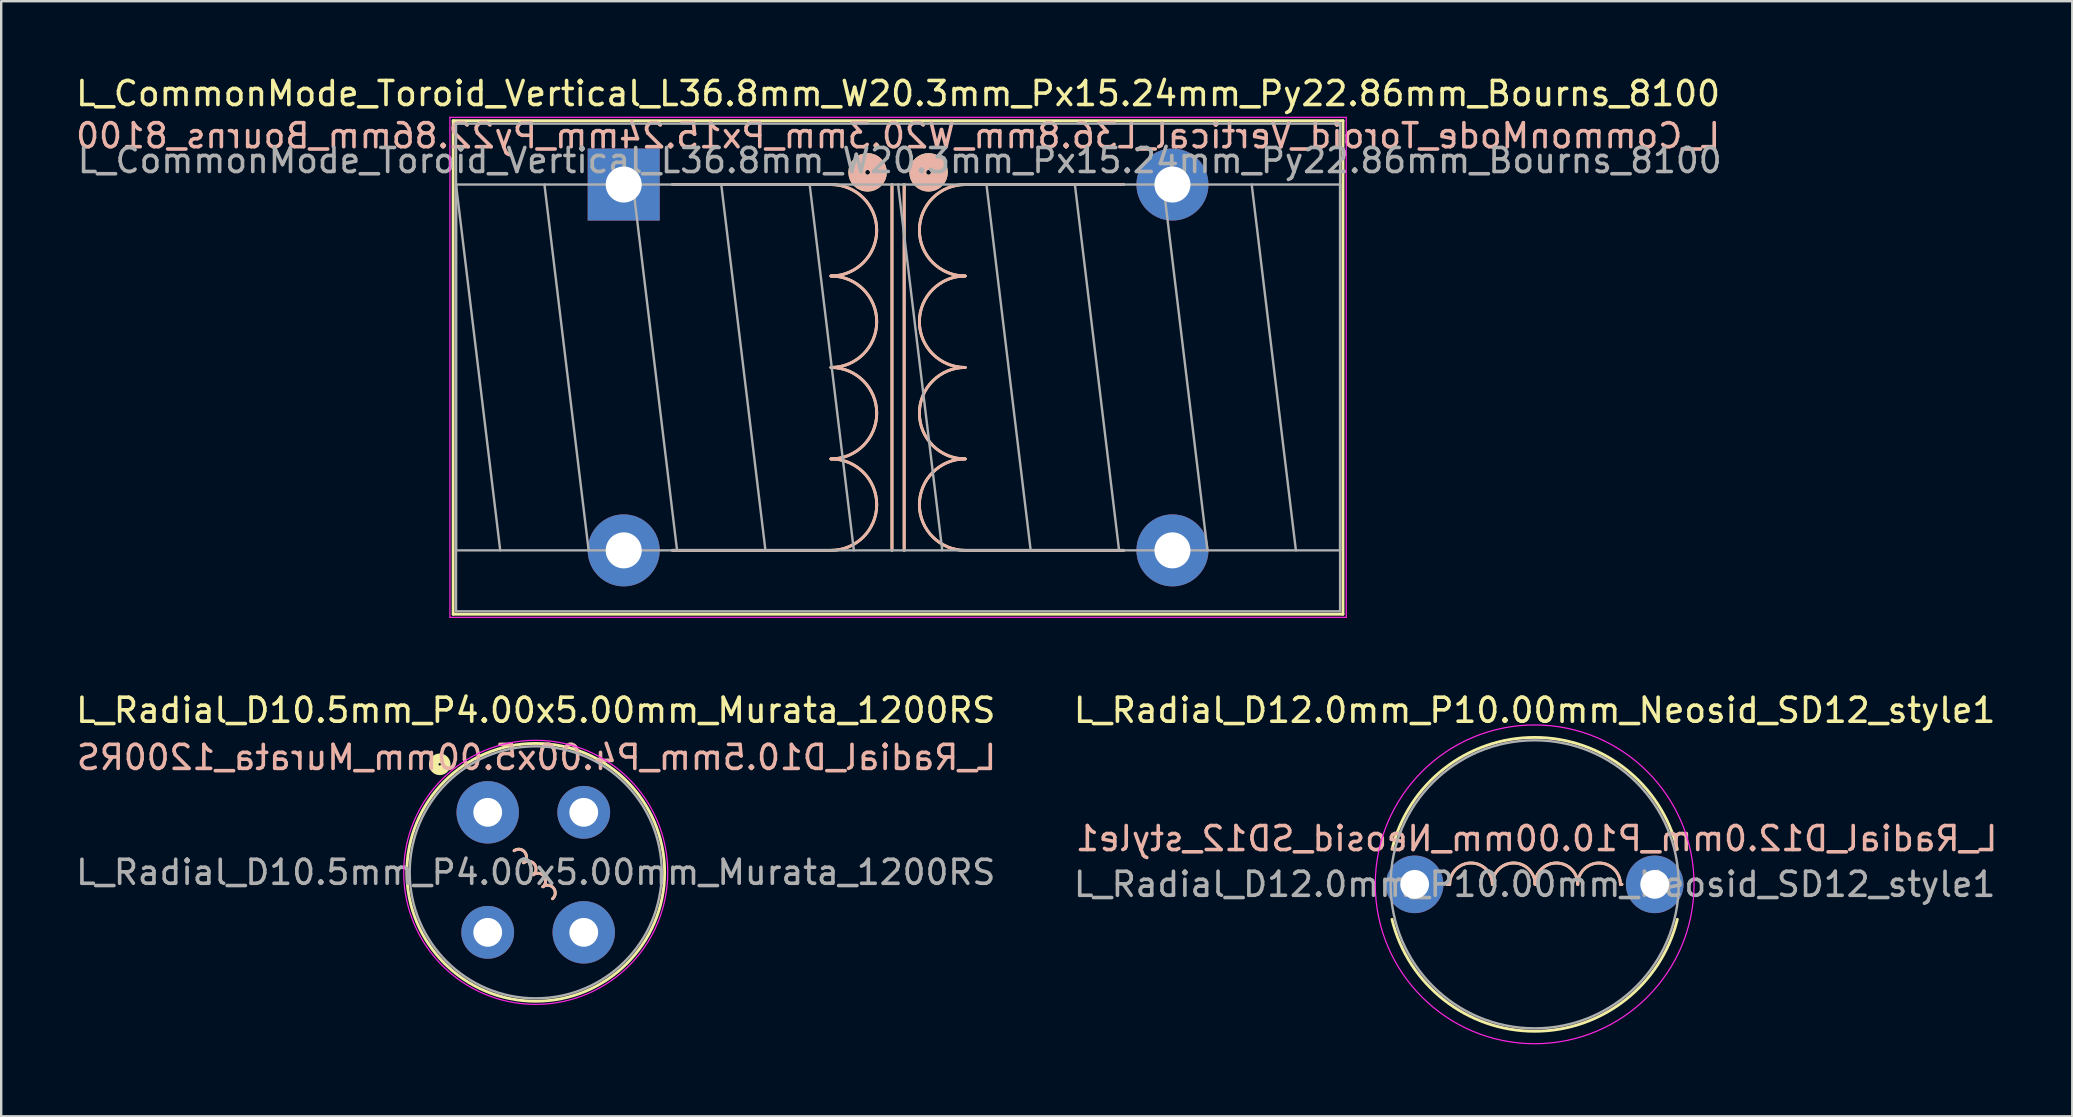
<source format=kicad_pcb>
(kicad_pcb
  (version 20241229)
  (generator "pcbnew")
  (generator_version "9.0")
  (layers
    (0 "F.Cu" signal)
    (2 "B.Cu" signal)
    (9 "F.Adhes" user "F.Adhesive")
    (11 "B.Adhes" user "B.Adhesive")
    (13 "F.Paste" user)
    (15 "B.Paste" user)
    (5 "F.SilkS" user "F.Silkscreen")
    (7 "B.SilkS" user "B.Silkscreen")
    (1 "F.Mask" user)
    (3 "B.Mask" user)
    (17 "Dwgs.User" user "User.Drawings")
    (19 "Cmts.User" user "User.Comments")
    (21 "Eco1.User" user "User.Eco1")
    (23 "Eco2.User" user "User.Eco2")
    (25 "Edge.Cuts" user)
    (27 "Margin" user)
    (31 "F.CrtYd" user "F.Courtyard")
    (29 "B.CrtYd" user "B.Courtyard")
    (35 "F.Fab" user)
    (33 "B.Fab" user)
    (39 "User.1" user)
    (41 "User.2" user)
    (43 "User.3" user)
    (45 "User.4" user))
  (footprint "L_Radial_D10.5mm_P4.00x5.00mm_Murata_1200RS"
    (layer "F.Cu")
    (at 17.268 30.791)
    (property "Reference" "L_Radial_D10.5mm_P4.00x5.00mm_Murata_1200RS" (at 2 -4.25 0) (layer "F.SilkS") (effects (font (size 1 1) (thickness 0.15))))
    (fp_arc (start 1.100001 1.600001) (mid 1.542308 1.656155) (end 1.5 2.1) (stroke (width 0.12) (type solid)) (layer "F.SilkS"))
    (fp_arc (start 1.500001 2.100001) (mid 1.942308 2.156155) (end 1.9 2.6) (stroke (width 0.12) (type solid)) (layer "F.SilkS"))
    (fp_arc (start 1.9 2.6) (mid 2.342307 2.656154) (end 2.299999 3.099999) (stroke (width 0.12) (type solid)) (layer "F.SilkS"))
    (fp_arc (start 2.299999 3.099999) (mid 2.742306 3.156153) (end 2.699998 3.599998) (stroke (width 0.12) (type solid)) (layer "F.SilkS"))
    (fp_circle (center -2 -2) (end -1.95 -2) (stroke (width 0.4) (type solid)) (fill no) (layer "F.SilkS"))
    (fp_circle (center 2 2.5) (end 7.37 2.5) (stroke (width 0.12) (type solid)) (fill no) (layer "F.SilkS"))
    (fp_arc (start 1.100001 1.600001) (mid 1.542266 1.656187) (end 1.5 2.099999) (stroke (width 0.12) (type solid)) (layer "B.SilkS"))
    (fp_arc (start 1.500001 2.100001) (mid 1.942266 2.156187) (end 1.9 2.599999) (stroke (width 0.12) (type solid)) (layer "B.SilkS"))
    (fp_arc (start 1.9 2.6) (mid 2.342265 2.656186) (end 2.299999 3.099998) (stroke (width 0.12) (type solid)) (layer "B.SilkS"))
    (fp_arc (start 2.299999 3.099999) (mid 2.742264 3.156185) (end 2.699998 3.599997) (stroke (width 0.12) (type solid)) (layer "B.SilkS"))
    (fp_circle (center 2 2.5) (end 7.5 2.5) (stroke (width 0.05) (type solid)) (fill no) (layer "F.CrtYd"))
    (fp_circle (center 2 2.5) (end 7.25 2.5) (stroke (width 0.1) (type solid)) (fill no) (layer "F.Fab"))
    (fp_text user "${REFERENCE}" (at 2.032 -2.286 0) (layer "B.SilkS") (effects (font (size 1 1) (thickness 0.15)) (justify mirror)))
    (fp_text user "${REFERENCE}" (at 2 2.5 0) (layer "F.Fab") (effects (font (size 1 1) (thickness 0.15))))
    (pad "" thru_hole circle (at 0 5) (size 2.2 2.2) (drill 1.2) (layers "*.Cu" "*.Mask"))
    (pad "" thru_hole circle (at 4 0) (size 2.2 2.2) (drill 1.2) (layers "*.Cu" "*.Mask"))
    (pad "1" thru_hole circle (at 0 0) (size 2.6 2.6) (drill 1.2) (layers "*.Cu" "*.Mask"))
    (pad "2" thru_hole circle (at 4 5) (size 2.6 2.6) (drill 1.2) (layers "*.Cu" "*.Mask")))
  (footprint "L_Radial_D12.0mm_P10.00mm_Neosid_SD12_style1"
    (layer "F.Cu")
    (at 55.883 33.791)
    (property "Reference" "L_Radial_D12.0mm_P10.00mm_Neosid_SD12_style1" (at 5 -7.25 0) (layer "F.SilkS") (effects (font (size 1 1) (thickness 0.15))))
    (fp_line (start 1.46 0) (end 1.333 0) (stroke (width 0.12) (type solid)) (layer "F.SilkS"))
    (fp_line (start 8.572 0) (end 8.636 0) (stroke (width 0.12) (type solid)) (layer "F.SilkS"))
    (fp_arc (start -0.943299 -1.46) (mid 5 -6.12) (end 10.943299 -1.46) (stroke (width 0.12) (type solid)) (layer "F.SilkS"))
    (fp_arc (start 1.4605 0) (mid 2.3495 -0.889) (end 3.2385 0) (stroke (width 0.12) (type solid)) (layer "F.SilkS"))
    (fp_arc (start 3.2385 0) (mid 4.1275 -0.889) (end 5.0165 0) (stroke (width 0.12) (type solid)) (layer "F.SilkS"))
    (fp_arc (start 5.0165 0) (mid 5.9055 -0.889) (end 6.7945 0) (stroke (width 0.12) (type solid)) (layer "F.SilkS"))
    (fp_arc (start 6.7945 0) (mid 7.6835 -0.889) (end 8.5725 0) (stroke (width 0.12) (type solid)) (layer "F.SilkS"))
    (fp_arc (start 10.943299 1.46) (mid 5 6.12) (end -0.943299 1.46) (stroke (width 0.12) (type solid)) (layer "F.SilkS"))
    (fp_line (start 1.46 0) (end 1.333 0) (stroke (width 0.12) (type solid)) (layer "B.SilkS"))
    (fp_line (start 8.572 0) (end 8.636 0) (stroke (width 0.12) (type solid)) (layer "B.SilkS"))
    (fp_arc (start 1.4605 0) (mid 2.3495 -0.889) (end 3.2385 0) (stroke (width 0.12) (type solid)) (layer "B.SilkS"))
    (fp_arc (start 3.2385 0) (mid 4.1275 -0.889) (end 5.0165 0) (stroke (width 0.12) (type solid)) (layer "B.SilkS"))
    (fp_arc (start 5.0165 0) (mid 5.9055 -0.889) (end 6.7945 0) (stroke (width 0.12) (type solid)) (layer "B.SilkS"))
    (fp_arc (start 6.7945 0) (mid 7.6835 -0.889) (end 8.5725 0) (stroke (width 0.12) (type solid)) (layer "B.SilkS"))
    (fp_circle (center 5 0) (end 11.64 0) (stroke (width 0.05) (type solid)) (fill no) (layer "F.CrtYd"))
    (fp_circle (center 5 0) (end 11 0) (stroke (width 0.1) (type solid)) (fill no) (layer "F.Fab"))
    (fp_text user "${REFERENCE}" (at 5.08 -1.905 0) (layer "B.SilkS") (effects (font (size 1 1) (thickness 0.15)) (justify mirror)))
    (fp_text user "${REFERENCE}" (at 5 0 0) (layer "F.Fab") (effects (font (size 1 1) (thickness 0.15))))
    (pad "1" thru_hole circle (at 0 0) (size 2.4 2.4) (drill 1.2) (layers "*.Cu" "*.Mask"))
    (pad "2" thru_hole circle (at 10 0) (size 2.4 2.4) (drill 1.2) (layers "*.Cu" "*.Mask")))
  (footprint "L_CommonMode_Toroid_Vertical_L36.8mm_W20.3mm_Px15.24mm_Py22.86mm_Bourns_8100"
    (layer "F.Cu")
    (at 22.933 4.638)
    (property "Reference" "L_CommonMode_Toroid_Vertical_L36.8mm_W20.3mm_Px15.24mm_Py22.86mm_Bourns_8100" (at 11.43 -3.79 0) (layer "F.SilkS") (effects (font (size 1 1) (thickness 0.15))))
    (fp_line (start -7.105 -2.66) (end -7.105 17.9) (stroke (width 0.12) (type solid)) (layer "F.SilkS"))
    (fp_line (start -7.105 -2.66) (end 29.965 -2.66) (stroke (width 0.12) (type solid)) (layer "F.SilkS"))
    (fp_line (start -7.105 17.9) (end 29.965 17.9) (stroke (width 0.12) (type solid)) (layer "F.SilkS"))
    (fp_line (start 2.032 0) (end 8.636 0) (stroke (width 0.12) (type solid)) (layer "F.SilkS"))
    (fp_line (start 2.032 15.24) (end 8.636 15.24) (stroke (width 0.12) (type solid)) (layer "F.SilkS"))
    (fp_line (start 11.176 0) (end 11.176 15.24) (stroke (width 0.12) (type solid)) (layer "F.SilkS"))
    (fp_line (start 11.684 15.24) (end 11.684 0) (stroke (width 0.12) (type solid)) (layer "F.SilkS"))
    (fp_line (start 20.828 0) (end 14.224 0) (stroke (width 0.12) (type solid)) (layer "F.SilkS"))
    (fp_line (start 20.828 15.24) (end 14.224 15.24) (stroke (width 0.12) (type solid)) (layer "F.SilkS"))
    (fp_line (start 29.965 -2.66) (end 29.965 17.9) (stroke (width 0.12) (type solid)) (layer "F.SilkS"))
    (fp_arc (start 8.636 0) (mid 10.541 1.905) (end 8.636 3.81) (stroke (width 0.12) (type solid)) (layer "F.SilkS"))
    (fp_arc (start 8.636 3.81) (mid 10.541 5.715) (end 8.636 7.62) (stroke (width 0.12) (type solid)) (layer "F.SilkS"))
    (fp_arc (start 8.636 7.62) (mid 10.541 9.525) (end 8.636 11.43) (stroke (width 0.12) (type solid)) (layer "F.SilkS"))
    (fp_arc (start 8.636 11.43) (mid 10.541 13.335) (end 8.636 15.24) (stroke (width 0.12) (type solid)) (layer "F.SilkS"))
    (fp_arc (start 14.224 3.81) (mid 12.319 1.905) (end 14.224 0) (stroke (width 0.12) (type solid)) (layer "F.SilkS"))
    (fp_arc (start 14.224 7.62) (mid 12.319 5.715) (end 14.224 3.81) (stroke (width 0.12) (type solid)) (layer "F.SilkS"))
    (fp_arc (start 14.224 11.43) (mid 12.319 9.525) (end 14.224 7.62) (stroke (width 0.12) (type solid)) (layer "F.SilkS"))
    (fp_arc (start 14.224 15.24) (mid 12.319 13.335) (end 14.224 11.43) (stroke (width 0.12) (type solid)) (layer "F.SilkS"))
    (fp_circle (center 10.16 -0.508) (end 10.26 -0.508) (stroke (width 0.7) (type solid)) (fill no) (layer "F.SilkS"))
    (fp_circle (center 12.7 -0.508) (end 12.8 -0.508) (stroke (width 0.7) (type solid)) (fill no) (layer "F.SilkS"))
    (fp_line (start 2.032 0) (end 8.636 0) (stroke (width 0.12) (type solid)) (layer "B.SilkS"))
    (fp_line (start 2.032 15.24) (end 8.636 15.24) (stroke (width 0.12) (type solid)) (layer "B.SilkS"))
    (fp_line (start 11.176 15.24) (end 11.176 0) (stroke (width 0.12) (type solid)) (layer "B.SilkS"))
    (fp_line (start 11.684 0) (end 11.684 15.24) (stroke (width 0.12) (type solid)) (layer "B.SilkS"))
    (fp_line (start 20.828 0) (end 14.224 0) (stroke (width 0.12) (type solid)) (layer "B.SilkS"))
    (fp_line (start 20.828 15.24) (end 14.224 15.24) (stroke (width 0.12) (type solid)) (layer "B.SilkS"))
    (fp_arc (start 8.636 0) (mid 10.541 1.905) (end 8.636 3.81) (stroke (width 0.12) (type solid)) (layer "B.SilkS"))
    (fp_arc (start 8.636 3.81) (mid 10.541 5.715) (end 8.636 7.62) (stroke (width 0.12) (type solid)) (layer "B.SilkS"))
    (fp_arc (start 8.636 7.62) (mid 10.541 9.525) (end 8.636 11.43) (stroke (width 0.12) (type solid)) (layer "B.SilkS"))
    (fp_arc (start 8.636 11.43) (mid 10.541 13.335) (end 8.636 15.24) (stroke (width 0.12) (type solid)) (layer "B.SilkS"))
    (fp_arc (start 14.224 3.81) (mid 12.319 1.905) (end 14.224 0) (stroke (width 0.12) (type solid)) (layer "B.SilkS"))
    (fp_arc (start 14.224 7.62) (mid 12.319 5.715) (end 14.224 3.81) (stroke (width 0.12) (type solid)) (layer "B.SilkS"))
    (fp_arc (start 14.224 11.43) (mid 12.319 9.525) (end 14.224 7.62) (stroke (width 0.12) (type solid)) (layer "B.SilkS"))
    (fp_arc (start 14.224 15.24) (mid 12.319 13.335) (end 14.224 11.43) (stroke (width 0.12) (type solid)) (layer "B.SilkS"))
    (fp_circle (center 10.16 -0.508) (end 10.06 -0.508) (stroke (width 0.7) (type solid)) (fill no) (layer "B.SilkS"))
    (fp_circle (center 12.7 -0.508) (end 12.6 -0.508) (stroke (width 0.7) (type solid)) (fill no) (layer "B.SilkS"))
    (fp_line (start -7.24 -2.8) (end -7.24 18.03) (stroke (width 0.05) (type solid)) (layer "F.CrtYd"))
    (fp_line (start -7.24 18.03) (end 30.1 18.03) (stroke (width 0.05) (type solid)) (layer "F.CrtYd"))
    (fp_line (start 30.1 -2.8) (end -7.24 -2.8) (stroke (width 0.05) (type solid)) (layer "F.CrtYd"))
    (fp_line (start 30.1 18.03) (end 30.1 -2.8) (stroke (width 0.05) (type solid)) (layer "F.CrtYd"))
    (fp_line (start -6.985 -2.54) (end -6.985 17.78) (stroke (width 0.1) (type solid)) (layer "F.Fab"))
    (fp_line (start -6.985 0) (end -6.985 15.24) (stroke (width 0.1) (type solid)) (layer "F.Fab"))
    (fp_line (start -6.985 0) (end -5.144 15.24) (stroke (width 0.1) (type solid)) (layer "F.Fab"))
    (fp_line (start -6.985 15.24) (end 29.845 15.24) (stroke (width 0.1) (type solid)) (layer "F.Fab"))
    (fp_line (start -6.985 17.78) (end 29.845 17.78) (stroke (width 0.1) (type solid)) (layer "F.Fab"))
    (fp_line (start -3.302 0) (end -1.46 15.24) (stroke (width 0.1) (type solid)) (layer "F.Fab"))
    (fp_line (start 0.381 0) (end 2.223 15.24) (stroke (width 0.1) (type solid)) (layer "F.Fab"))
    (fp_line (start 4.064 0) (end 5.905 15.24) (stroke (width 0.1) (type solid)) (layer "F.Fab"))
    (fp_line (start 7.747 0) (end 9.588 15.24) (stroke (width 0.1) (type solid)) (layer "F.Fab"))
    (fp_line (start 11.43 0) (end 13.271 15.24) (stroke (width 0.1) (type solid)) (layer "F.Fab"))
    (fp_line (start 15.113 0) (end 16.954 15.24) (stroke (width 0.1) (type solid)) (layer "F.Fab"))
    (fp_line (start 18.796 0) (end 20.637 15.24) (stroke (width 0.1) (type solid)) (layer "F.Fab"))
    (fp_line (start 22.479 0) (end 24.32 15.24) (stroke (width 0.1) (type solid)) (layer "F.Fab"))
    (fp_line (start 26.162 0) (end 28.003 15.24) (stroke (width 0.1) (type solid)) (layer "F.Fab"))
    (fp_line (start 29.845 -2.54) (end -6.985 -2.54) (stroke (width 0.1) (type solid)) (layer "F.Fab"))
    (fp_line (start 29.845 0) (end -6.985 0) (stroke (width 0.1) (type solid)) (layer "F.Fab"))
    (fp_line (start 29.845 15.24) (end 29.845 0) (stroke (width 0.1) (type solid)) (layer "F.Fab"))
    (fp_line (start 29.845 17.78) (end 29.845 -2.54) (stroke (width 0.1) (type solid)) (layer "F.Fab"))
    (fp_text user "${REFERENCE}" (at 11.43 -2.032 0) (layer "B.SilkS") (effects (font (size 1 1) (thickness 0.15)) (justify mirror)))
    (fp_text user "${REFERENCE}" (at 11.5 -1 0) (layer "F.Fab") (effects (font (size 1 1) (thickness 0.15))))
    (pad "1" thru_hole rect (at 0 0) (size 3 3) (drill 1.5) (layers "*.Cu" "*.Mask"))
    (pad "2" thru_hole circle (at 0 15.24) (size 3 3) (drill 1.5) (layers "*.Cu" "*.Mask"))
    (pad "3" thru_hole circle (at 22.86 15.24) (size 3 3) (drill 1.5) (layers "*.Cu" "*.Mask"))
    (pad "4" thru_hole circle (at 22.86 0) (size 3 3) (drill 1.5) (layers "*.Cu" "*.Mask")))
  (gr_rect
    (start -3 -3)
    (end 83.279 43.456)
    (stroke (width 0.1) (type default))
    (fill no)
    (layer "Edge.Cuts")))
</source>
